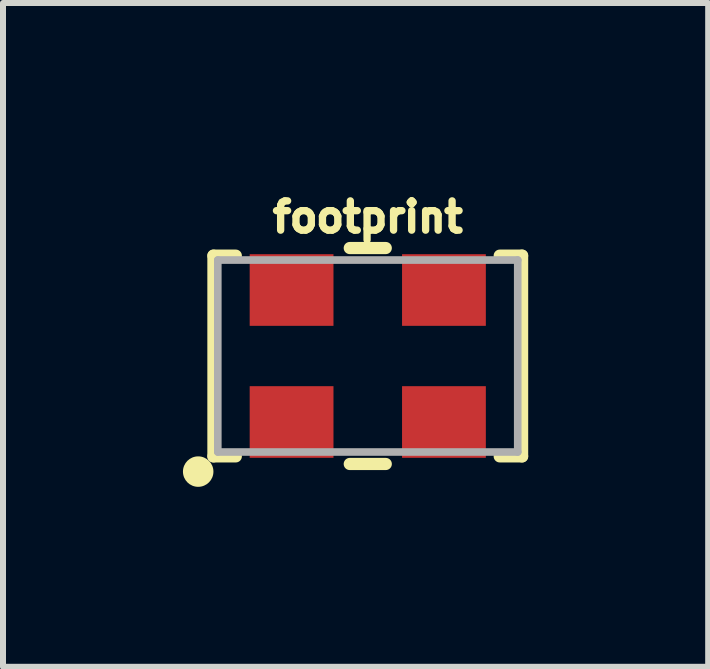
<source format=kicad_pcb>
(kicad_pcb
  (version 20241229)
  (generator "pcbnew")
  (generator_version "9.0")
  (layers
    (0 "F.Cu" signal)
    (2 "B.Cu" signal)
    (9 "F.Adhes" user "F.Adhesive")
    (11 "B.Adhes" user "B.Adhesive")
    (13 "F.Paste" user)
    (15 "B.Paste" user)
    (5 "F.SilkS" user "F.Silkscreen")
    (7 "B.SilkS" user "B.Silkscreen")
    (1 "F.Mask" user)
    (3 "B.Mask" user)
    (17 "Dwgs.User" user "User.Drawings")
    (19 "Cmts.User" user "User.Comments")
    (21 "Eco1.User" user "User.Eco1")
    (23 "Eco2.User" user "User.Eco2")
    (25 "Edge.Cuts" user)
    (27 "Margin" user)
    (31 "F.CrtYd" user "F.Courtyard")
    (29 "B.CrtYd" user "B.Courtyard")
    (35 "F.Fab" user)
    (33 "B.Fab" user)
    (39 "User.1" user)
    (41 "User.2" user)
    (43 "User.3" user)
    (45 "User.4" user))
  (footprint "footprint"
    (layer "F.Cu")
    (at 3.081 2.885)
    (property "Reference" "footprint" (at 0 -2.032 0) (layer "F.SilkS") (effects (font (size 0.488 0.488) (thickness 0.122)) (justify bottom)))
    (fp_line (start -2.573 -1.673) (end -2.573 1.673) (stroke (width 0.203) (type solid)) (layer "F.SilkS"))
    (fp_line (start -2.573 -1.673) (end -2.2 -1.673) (stroke (width 0.203) (type solid)) (layer "F.SilkS"))
    (fp_line (start -2.573 1.673) (end -2.2 1.673) (stroke (width 0.203) (type solid)) (layer "F.SilkS"))
    (fp_line (start -0.3 1.8) (end 0.3 1.8) (stroke (width 0.203) (type solid)) (layer "F.SilkS"))
    (fp_line (start 0.3 -1.8) (end -0.3 -1.8) (stroke (width 0.203) (type solid)) (layer "F.SilkS"))
    (fp_line (start 2.573 -1.673) (end 2.2 -1.673) (stroke (width 0.203) (type solid)) (layer "F.SilkS"))
    (fp_line (start 2.573 1.673) (end 2.2 1.673) (stroke (width 0.203) (type solid)) (layer "F.SilkS"))
    (fp_line (start 2.573 1.673) (end 2.573 -1.673) (stroke (width 0.203) (type solid)) (layer "F.SilkS"))
    (fp_circle (center -2.827 1.927) (end -2.7 1.927) (stroke (width 0.254) (type solid)) (fill yes) (layer "F.SilkS"))
    (fp_line (start -2.5 -1.6) (end -2.5 1.6) (stroke (width 0.127) (type solid)) (layer "F.Fab"))
    (fp_line (start -2.5 1.6) (end 2.5 1.6) (stroke (width 0.127) (type solid)) (layer "F.Fab"))
    (fp_line (start 2.5 -1.6) (end -2.5 -1.6) (stroke (width 0.127) (type solid)) (layer "F.Fab"))
    (fp_line (start 2.5 1.6) (end 2.5 -1.6) (stroke (width 0.127) (type solid)) (layer "F.Fab"))
    (pad "1" smd rect (at -1.27 1.1) (size 1.397 1.194) (layers "F.Cu" "F.Mask" "F.Paste"))
    (pad "2" smd rect (at 1.27 1.1) (size 1.397 1.194) (layers "F.Cu" "F.Mask" "F.Paste"))
    (pad "3" smd rect (at 1.27 -1.1) (size 1.397 1.194) (layers "F.Cu" "F.Mask" "F.Paste"))
    (pad "4" smd rect (at -1.27 -1.1) (size 1.397 1.194) (layers "F.Cu" "F.Mask" "F.Paste")))
  (gr_rect
    (start -3 -3)
    (end 8.756 8.066)
    (stroke (width 0.1) (type default))
    (fill no)
    (layer "Edge.Cuts")))
</source>
